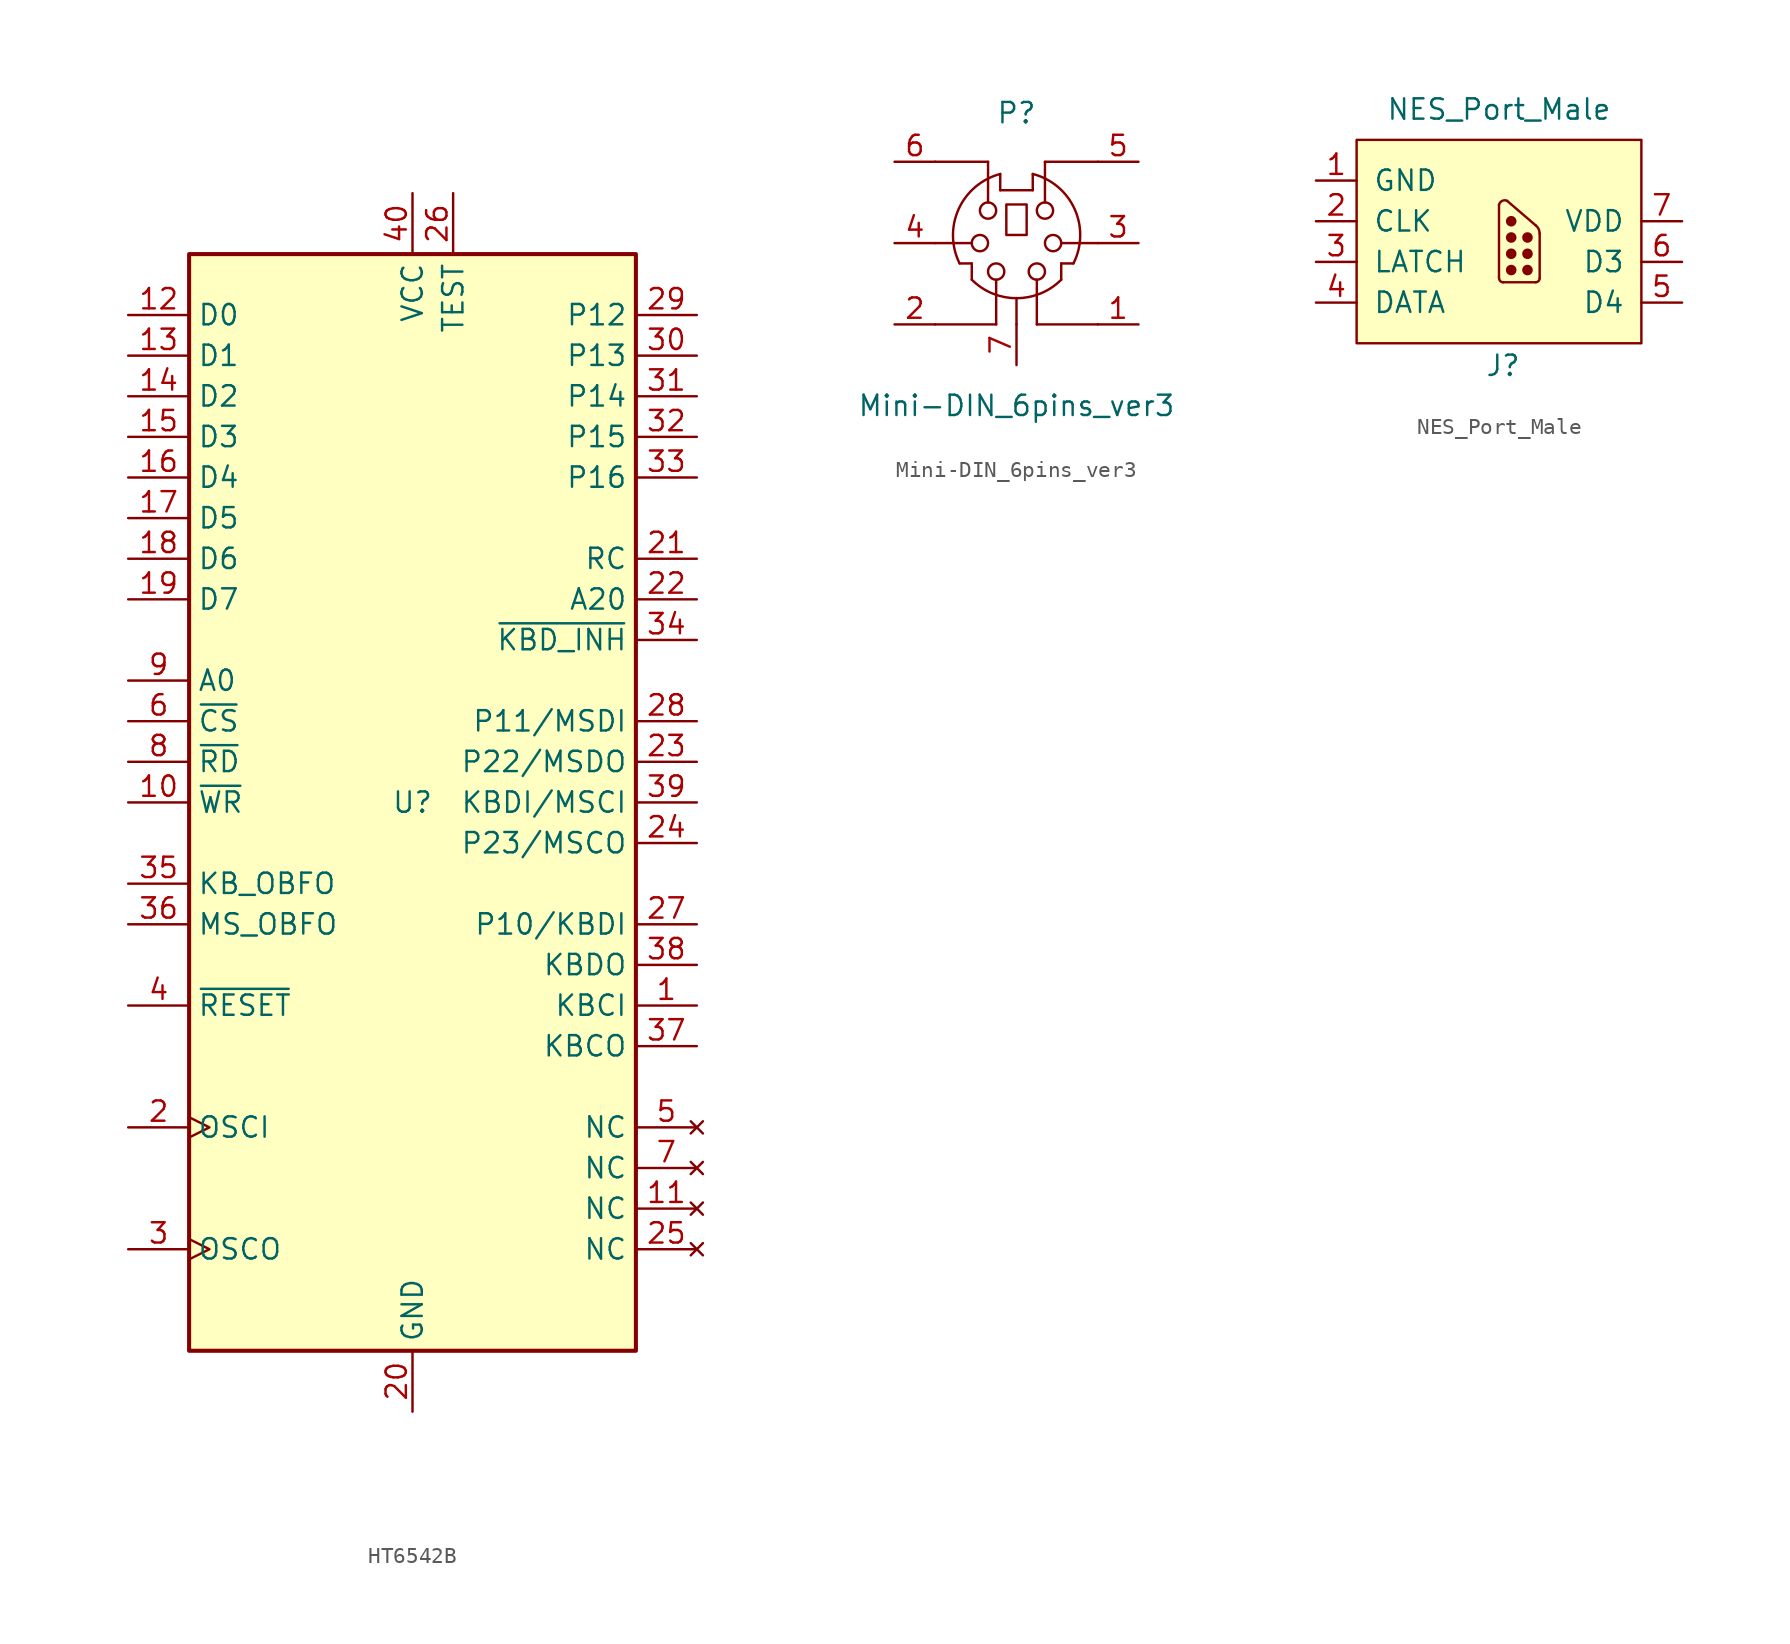
<source format=kicad_sym>
(kicad_symbol_lib
  (version 20220914)
  (generator kicad_symbol_editor)
  (symbol "HT6542B"
    (property "Reference" "U"
      (at 0 0 0)
      (effects (font (size 1.27 1.27))))
    (property "Value" ""
      (at 0 0 0)
      (effects (font (size 1.27 1.27))))
    (symbol "HT6542B_0_1"
      (rectangle (start -13.97 34.29) (end 13.97 -34.29) (stroke (width 0.254) (type default)) (fill (type background))))
    (symbol "HT6542B_1_1"
      (pin input line (at 17.78 -12.7 180) (length 3.81) (name "KBCI" (effects (font (size 1.27 1.27)))) (number "1" (effects (font (size 1.27 1.27)))))
      (pin input line (at -17.78 0 0) (length 3.81) (name "~{WR}" (effects (font (size 1.27 1.27)))) (number "10" (effects (font (size 1.27 1.27)))))
      (pin no_connect line (at 17.78 -25.4 180) (length 3.81) (name "NC" (effects (font (size 1.27 1.27)))) (number "11" (effects (font (size 1.27 1.27)))))
      (pin tri_state line (at -17.78 30.48 0) (length 3.81) (name "D0" (effects (font (size 1.27 1.27)))) (number "12" (effects (font (size 1.27 1.27)))))
      (pin tri_state line (at -17.78 27.94 0) (length 3.81) (name "D1" (effects (font (size 1.27 1.27)))) (number "13" (effects (font (size 1.27 1.27)))))
      (pin tri_state line (at -17.78 25.4 0) (length 3.81) (name "D2" (effects (font (size 1.27 1.27)))) (number "14" (effects (font (size 1.27 1.27)))))
      (pin tri_state line (at -17.78 22.86 0) (length 3.81) (name "D3" (effects (font (size 1.27 1.27)))) (number "15" (effects (font (size 1.27 1.27)))))
      (pin tri_state line (at -17.78 20.32 0) (length 3.81) (name "D4" (effects (font (size 1.27 1.27)))) (number "16" (effects (font (size 1.27 1.27)))))
      (pin tri_state line (at -17.78 17.78 0) (length 3.81) (name "D5" (effects (font (size 1.27 1.27)))) (number "17" (effects (font (size 1.27 1.27)))))
      (pin tri_state line (at -17.78 15.24 0) (length 3.81) (name "D6" (effects (font (size 1.27 1.27)))) (number "18" (effects (font (size 1.27 1.27)))))
      (pin tri_state line (at -17.78 12.7 0) (length 3.81) (name "D7" (effects (font (size 1.27 1.27)))) (number "19" (effects (font (size 1.27 1.27)))))
      (pin bidirectional clock (at -17.78 -20.32 0) (length 3.81) (name "OSCI" (effects (font (size 1.27 1.27)))) (number "2" (effects (font (size 1.27 1.27)))))
      (pin power_in line (at 0 -38.1 90) (length 3.81) (name "GND" (effects (font (size 1.27 1.27)))) (number "20" (effects (font (size 1.27 1.27)))))
      (pin output line (at 17.78 15.24 180) (length 3.81) (name "RC" (effects (font (size 1.27 1.27)))) (number "21" (effects (font (size 1.27 1.27)))))
      (pin output line (at 17.78 12.7 180) (length 3.81) (name "A20" (effects (font (size 1.27 1.27)))) (number "22" (effects (font (size 1.27 1.27)))))
      (pin bidirectional line (at 17.78 2.54 180) (length 3.81) (name "P22/MSDO" (effects (font (size 1.27 1.27)))) (number "23" (effects (font (size 1.27 1.27)))))
      (pin bidirectional line (at 17.78 -2.54 180) (length 3.81) (name "P23/MSCO" (effects (font (size 1.27 1.27)))) (number "24" (effects (font (size 1.27 1.27)))))
      (pin no_connect line (at 17.78 -27.94 180) (length 3.81) (name "NC" (effects (font (size 1.27 1.27)))) (number "25" (effects (font (size 1.27 1.27)))))
      (pin input line (at 2.54 38.1 270) (length 3.81) (name "TEST" (effects (font (size 1.27 1.27)))) (number "26" (effects (font (size 1.27 1.27)))))
      (pin bidirectional line (at 17.78 -7.62 180) (length 3.81) (name "P10/KBDI" (effects (font (size 1.27 1.27)))) (number "27" (effects (font (size 1.27 1.27)))))
      (pin bidirectional line (at 17.78 5.08 180) (length 3.81) (name "P11/MSDI" (effects (font (size 1.27 1.27)))) (number "28" (effects (font (size 1.27 1.27)))))
      (pin bidirectional line (at 17.78 30.48 180) (length 3.81) (name "P12" (effects (font (size 1.27 1.27)))) (number "29" (effects (font (size 1.27 1.27)))))
      (pin bidirectional clock (at -17.78 -27.94 0) (length 3.81) (name "OSCO" (effects (font (size 1.27 1.27)))) (number "3" (effects (font (size 1.27 1.27)))))
      (pin bidirectional line (at 17.78 27.94 180) (length 3.81) (name "P13" (effects (font (size 1.27 1.27)))) (number "30" (effects (font (size 1.27 1.27)))))
      (pin bidirectional line (at 17.78 25.4 180) (length 3.81) (name "P14" (effects (font (size 1.27 1.27)))) (number "31" (effects (font (size 1.27 1.27)))))
      (pin bidirectional line (at 17.78 22.86 180) (length 3.81) (name "P15" (effects (font (size 1.27 1.27)))) (number "32" (effects (font (size 1.27 1.27)))))
      (pin bidirectional line (at 17.78 20.32 180) (length 3.81) (name "P16" (effects (font (size 1.27 1.27)))) (number "33" (effects (font (size 1.27 1.27)))))
      (pin input line (at 17.78 10.16 180) (length 3.81) (name "~{KBD_INH}" (effects (font (size 1.27 1.27)))) (number "34" (effects (font (size 1.27 1.27)))))
      (pin output line (at -17.78 -5.08 0) (length 3.81) (name "KB_OBFO" (effects (font (size 1.27 1.27)))) (number "35" (effects (font (size 1.27 1.27)))))
      (pin output line (at -17.78 -7.62 0) (length 3.81) (name "MS_OBFO" (effects (font (size 1.27 1.27)))) (number "36" (effects (font (size 1.27 1.27)))))
      (pin output line (at 17.78 -15.24 180) (length 3.81) (name "KBCO" (effects (font (size 1.27 1.27)))) (number "37" (effects (font (size 1.27 1.27)))))
      (pin output line (at 17.78 -10.16 180) (length 3.81) (name "KBDO" (effects (font (size 1.27 1.27)))) (number "38" (effects (font (size 1.27 1.27)))))
      (pin input line (at 17.78 0 180) (length 3.81) (name "KBDI/MSCI" (effects (font (size 1.27 1.27)))) (number "39" (effects (font (size 1.27 1.27)))))
      (pin input line (at -17.78 -12.7 0) (length 3.81) (name "~{RESET}" (effects (font (size 1.27 1.27)))) (number "4" (effects (font (size 1.27 1.27)))))
      (pin power_in line (at 0 38.1 270) (length 3.81) (name "VCC" (effects (font (size 1.27 1.27)))) (number "40" (effects (font (size 1.27 1.27)))))
      (pin no_connect line (at 17.78 -20.32 180) (length 3.81) (name "NC" (effects (font (size 1.27 1.27)))) (number "5" (effects (font (size 1.27 1.27)))))
      (pin input line (at -17.78 5.08 0) (length 3.81) (name "~{CS}" (effects (font (size 1.27 1.27)))) (number "6" (effects (font (size 1.27 1.27)))))
      (pin no_connect line (at 17.78 -22.86 180) (length 3.81) (name "NC" (effects (font (size 1.27 1.27)))) (number "7" (effects (font (size 1.27 1.27)))))
      (pin input line (at -17.78 2.54 0) (length 3.81) (name "~{RD}" (effects (font (size 1.27 1.27)))) (number "8" (effects (font (size 1.27 1.27)))))
      (pin input line (at -17.78 7.62 0) (length 3.81) (name "A0" (effects (font (size 1.27 1.27)))) (number "9" (effects (font (size 1.27 1.27)))))))
  (symbol "Mini-DIN_6pins_ver3"
    (pin_names
      (offset 1.016) hide)
    (property "Reference" "P"
      (at 0 8.128 0)
      (effects (font (size 1.27 1.27))))
    (property "Value" "Mini-DIN_6pins_ver3"
      (at 0 -10.16 0)
      (effects (font (size 1.27 1.27))))
    (property "Footprint" ""
      (at 0 0.508 0)
      (effects (font (size 1.27 1.27))))
    (property "Datasheet" ""
      (at 0 0.508 0)
      (effects (font (size 1.27 1.27))))
    (symbol "Mini-DIN_6pins_ver3_0_1"
      (arc (start -2.794 -2.286) (mid 0 -3.4433) (end 2.794 -2.286) (stroke (width 0) (type solid)) (fill (type none)))
      (circle (center -2.286 0) (radius 0.508) (stroke (width 0) (type solid)) (fill (type none)))
      (circle (center -1.778 2.032) (radius 0.508) (stroke (width 0) (type solid)) (fill (type none)))
      (circle (center -1.27 -1.778) (radius 0.508) (stroke (width 0) (type solid)) (fill (type none)))
      (arc (start -1.016 4.318) (mid -3.6119 2.131) (end -3.556 -1.27) (stroke (width 0) (type solid)) (fill (type none)))
      (rectangle (start -0.635 2.413) (end 0.635 0.508) (stroke (width 0) (type solid)) (fill (type none)))
      (polyline (pts (xy -5.08 -5.08) (xy -1.27 -5.08)) (stroke (width 0) (type solid)) (fill (type none)))
      (polyline (pts (xy -2.794 -1.27) (xy -3.556 -1.27)) (stroke (width 0) (type solid)) (fill (type none)))
      (polyline (pts (xy -2.794 -1.27) (xy -2.794 -2.286)) (stroke (width 0) (type solid)) (fill (type none)))
      (polyline (pts (xy -2.794 0) (xy -5.08 0)) (stroke (width 0) (type solid)) (fill (type none)))
      (polyline (pts (xy -1.778 2.54) (xy -1.778 5.08)) (stroke (width 0) (type solid)) (fill (type none)))
      (polyline (pts (xy -1.778 5.08) (xy -5.08 5.08)) (stroke (width 0) (type solid)) (fill (type none)))
      (polyline (pts (xy -1.27 -5.08) (xy -1.27 -2.286)) (stroke (width 0) (type solid)) (fill (type none)))
      (polyline (pts (xy -1.016 3.302) (xy -1.016 4.318)) (stroke (width 0) (type solid)) (fill (type none)))
      (polyline (pts (xy -1.016 3.302) (xy 1.016 3.302)) (stroke (width 0) (type solid)) (fill (type none)))
      (polyline (pts (xy 0 -3.429) (xy 0 -5.08)) (stroke (width 0) (type solid)) (fill (type none)))
      (polyline (pts (xy 1.016 3.302) (xy 1.016 4.318)) (stroke (width 0) (type solid)) (fill (type none)))
      (polyline (pts (xy 1.27 -5.08) (xy 5.08 -5.08)) (stroke (width 0) (type solid)) (fill (type none)))
      (polyline (pts (xy 1.27 -2.286) (xy 1.27 -5.08)) (stroke (width 0) (type solid)) (fill (type none)))
      (polyline (pts (xy 1.778 2.54) (xy 1.778 5.08)) (stroke (width 0) (type solid)) (fill (type none)))
      (polyline (pts (xy 1.778 5.08) (xy 5.08 5.08)) (stroke (width 0) (type solid)) (fill (type none)))
      (polyline (pts (xy 2.794 -1.27) (xy 2.794 -2.286)) (stroke (width 0) (type solid)) (fill (type none)))
      (polyline (pts (xy 2.794 -1.27) (xy 3.556 -1.27)) (stroke (width 0) (type solid)) (fill (type none)))
      (polyline (pts (xy 2.794 0) (xy 5.08 0)) (stroke (width 0) (type solid)) (fill (type none)))
      (circle (center 1.27 -1.778) (radius 0.508) (stroke (width 0) (type solid)) (fill (type none)))
      (circle (center 1.778 2.032) (radius 0.508) (stroke (width 0) (type solid)) (fill (type none)))
      (circle (center 2.286 0) (radius 0.508) (stroke (width 0) (type solid)) (fill (type none)))
      (arc (start 3.556 -1.27) (mid 3.6268 2.1377) (end 1.016 4.318) (stroke (width 0) (type solid)) (fill (type none))))
    (symbol "Mini-DIN_6pins_ver3_1_1"
      (pin passive line (at 7.62 -5.08 180) (length 2.54) (name "1" (effects (font (size 1.27 1.27)))) (number "1" (effects (font (size 1.27 1.27)))))
      (pin passive line (at -7.62 -5.08 0) (length 2.54) (name "2" (effects (font (size 1.27 1.27)))) (number "2" (effects (font (size 1.27 1.27)))))
      (pin passive line (at 7.62 0 180) (length 2.54) (name "3" (effects (font (size 1.27 1.27)))) (number "3" (effects (font (size 1.27 1.27)))))
      (pin passive line (at -7.62 0 0) (length 2.54) (name "4" (effects (font (size 1.27 1.27)))) (number "4" (effects (font (size 1.27 1.27)))))
      (pin passive line (at 7.62 5.08 180) (length 2.54) (name "5" (effects (font (size 1.27 1.27)))) (number "5" (effects (font (size 1.27 1.27)))))
      (pin passive line (at -7.62 5.08 0) (length 2.54) (name "~" (effects (font (size 1.27 1.27)))) (number "6" (effects (font (size 1.27 1.27)))))
      (pin passive line (at 0 -7.62 90) (length 2.54) (name "Shell" (effects (font (size 1.27 1.27)))) (number "7" (effects (font (size 1.27 1.27)))))))
  (symbol "NES_Port_Male"
    (pin_names
      (offset 1.016))
    (property "Reference" "J"
      (at 0.254 -7.747 0)
      (effects (font (size 1.27 1.27))))
    (property "Value" "NES_Port_Male"
      (at 0 8.255 0)
      (effects (font (size 1.27 1.27))))
    (symbol "NES_Port_Male_0_1"
      (rectangle (start -8.89 6.35) (end 8.89 -6.35) (stroke (width 0) (type solid)) (fill (type background)))
      (arc (start 0 -2.286) (mid 0.0744 -2.4656) (end 0.254 -2.54) (stroke (width 0) (type solid)) (fill (type none)))
      (polyline (pts (xy 0 -2.286) (xy 0 2.286)) (stroke (width 0) (type solid)) (fill (type outline)))
      (polyline (pts (xy 0.254 -2.54) (xy 2.286 -2.54)) (stroke (width 0) (type solid)) (fill (type none)))
      (polyline (pts (xy 0.508 2.54) (xy 2.286 1.016)) (stroke (width 0) (type solid)) (fill (type none)))
      (polyline (pts (xy 2.54 0.508) (xy 2.54 -2.286)) (stroke (width 0) (type solid)) (fill (type none)))
      (arc (start 0.508 2.54) (mid 0.193 2.5351) (end 0 2.286) (stroke (width 0) (type solid)) (fill (type none)))
      (circle (center 0.762 -1.778) (radius 0.254) (stroke (width 0) (type solid)) (fill (type outline)))
      (circle (center 0.762 -0.762) (radius 0.254) (stroke (width 0) (type solid)) (fill (type outline)))
      (circle (center 0.762 0.254) (radius 0.254) (stroke (width 0) (type solid)) (fill (type outline)))
      (circle (center 0.762 1.27) (radius 0.254) (stroke (width 0) (type solid)) (fill (type outline)))
      (circle (center 1.778 -1.778) (radius 0.254) (stroke (width 0) (type solid)) (fill (type outline)))
      (circle (center 1.778 -0.762) (radius 0.254) (stroke (width 0) (type solid)) (fill (type outline)))
      (circle (center 1.778 0.254) (radius 0.254) (stroke (width 0) (type solid)) (fill (type outline)))
      (arc (start 2.286 -2.54) (mid 2.4656 -2.4656) (end 2.54 -2.286) (stroke (width 0) (type solid)) (fill (type none)))
      (arc (start 2.54 0.508) (mid 2.473 0.792) (end 2.286 1.016) (stroke (width 0) (type solid)) (fill (type none))))
    (symbol "NES_Port_Male_1_1"
      (pin passive line (at -11.43 3.81 0) (length 2.54) (name "GND" (effects (font (size 1.27 1.27)))) (number "1" (effects (font (size 1.27 1.27)))))
      (pin passive line (at -11.43 1.27 0) (length 2.54) (name "CLK" (effects (font (size 1.27 1.27)))) (number "2" (effects (font (size 1.27 1.27)))))
      (pin passive line (at -11.43 -1.27 0) (length 2.54) (name "LATCH" (effects (font (size 1.27 1.27)))) (number "3" (effects (font (size 1.27 1.27)))))
      (pin passive line (at -11.43 -3.81 0) (length 2.54) (name "DATA" (effects (font (size 1.27 1.27)))) (number "4" (effects (font (size 1.27 1.27)))))
      (pin passive line (at 11.43 -3.81 180) (length 2.54) (name "D4" (effects (font (size 1.27 1.27)))) (number "5" (effects (font (size 1.27 1.27)))))
      (pin passive line (at 11.43 -1.27 180) (length 2.54) (name "D3" (effects (font (size 1.27 1.27)))) (number "6" (effects (font (size 1.27 1.27)))))
      (pin passive line (at 11.43 1.27 180) (length 2.54) (name "VDD" (effects (font (size 1.27 1.27)))) (number "7" (effects (font (size 1.27 1.27))))))))
</source>
